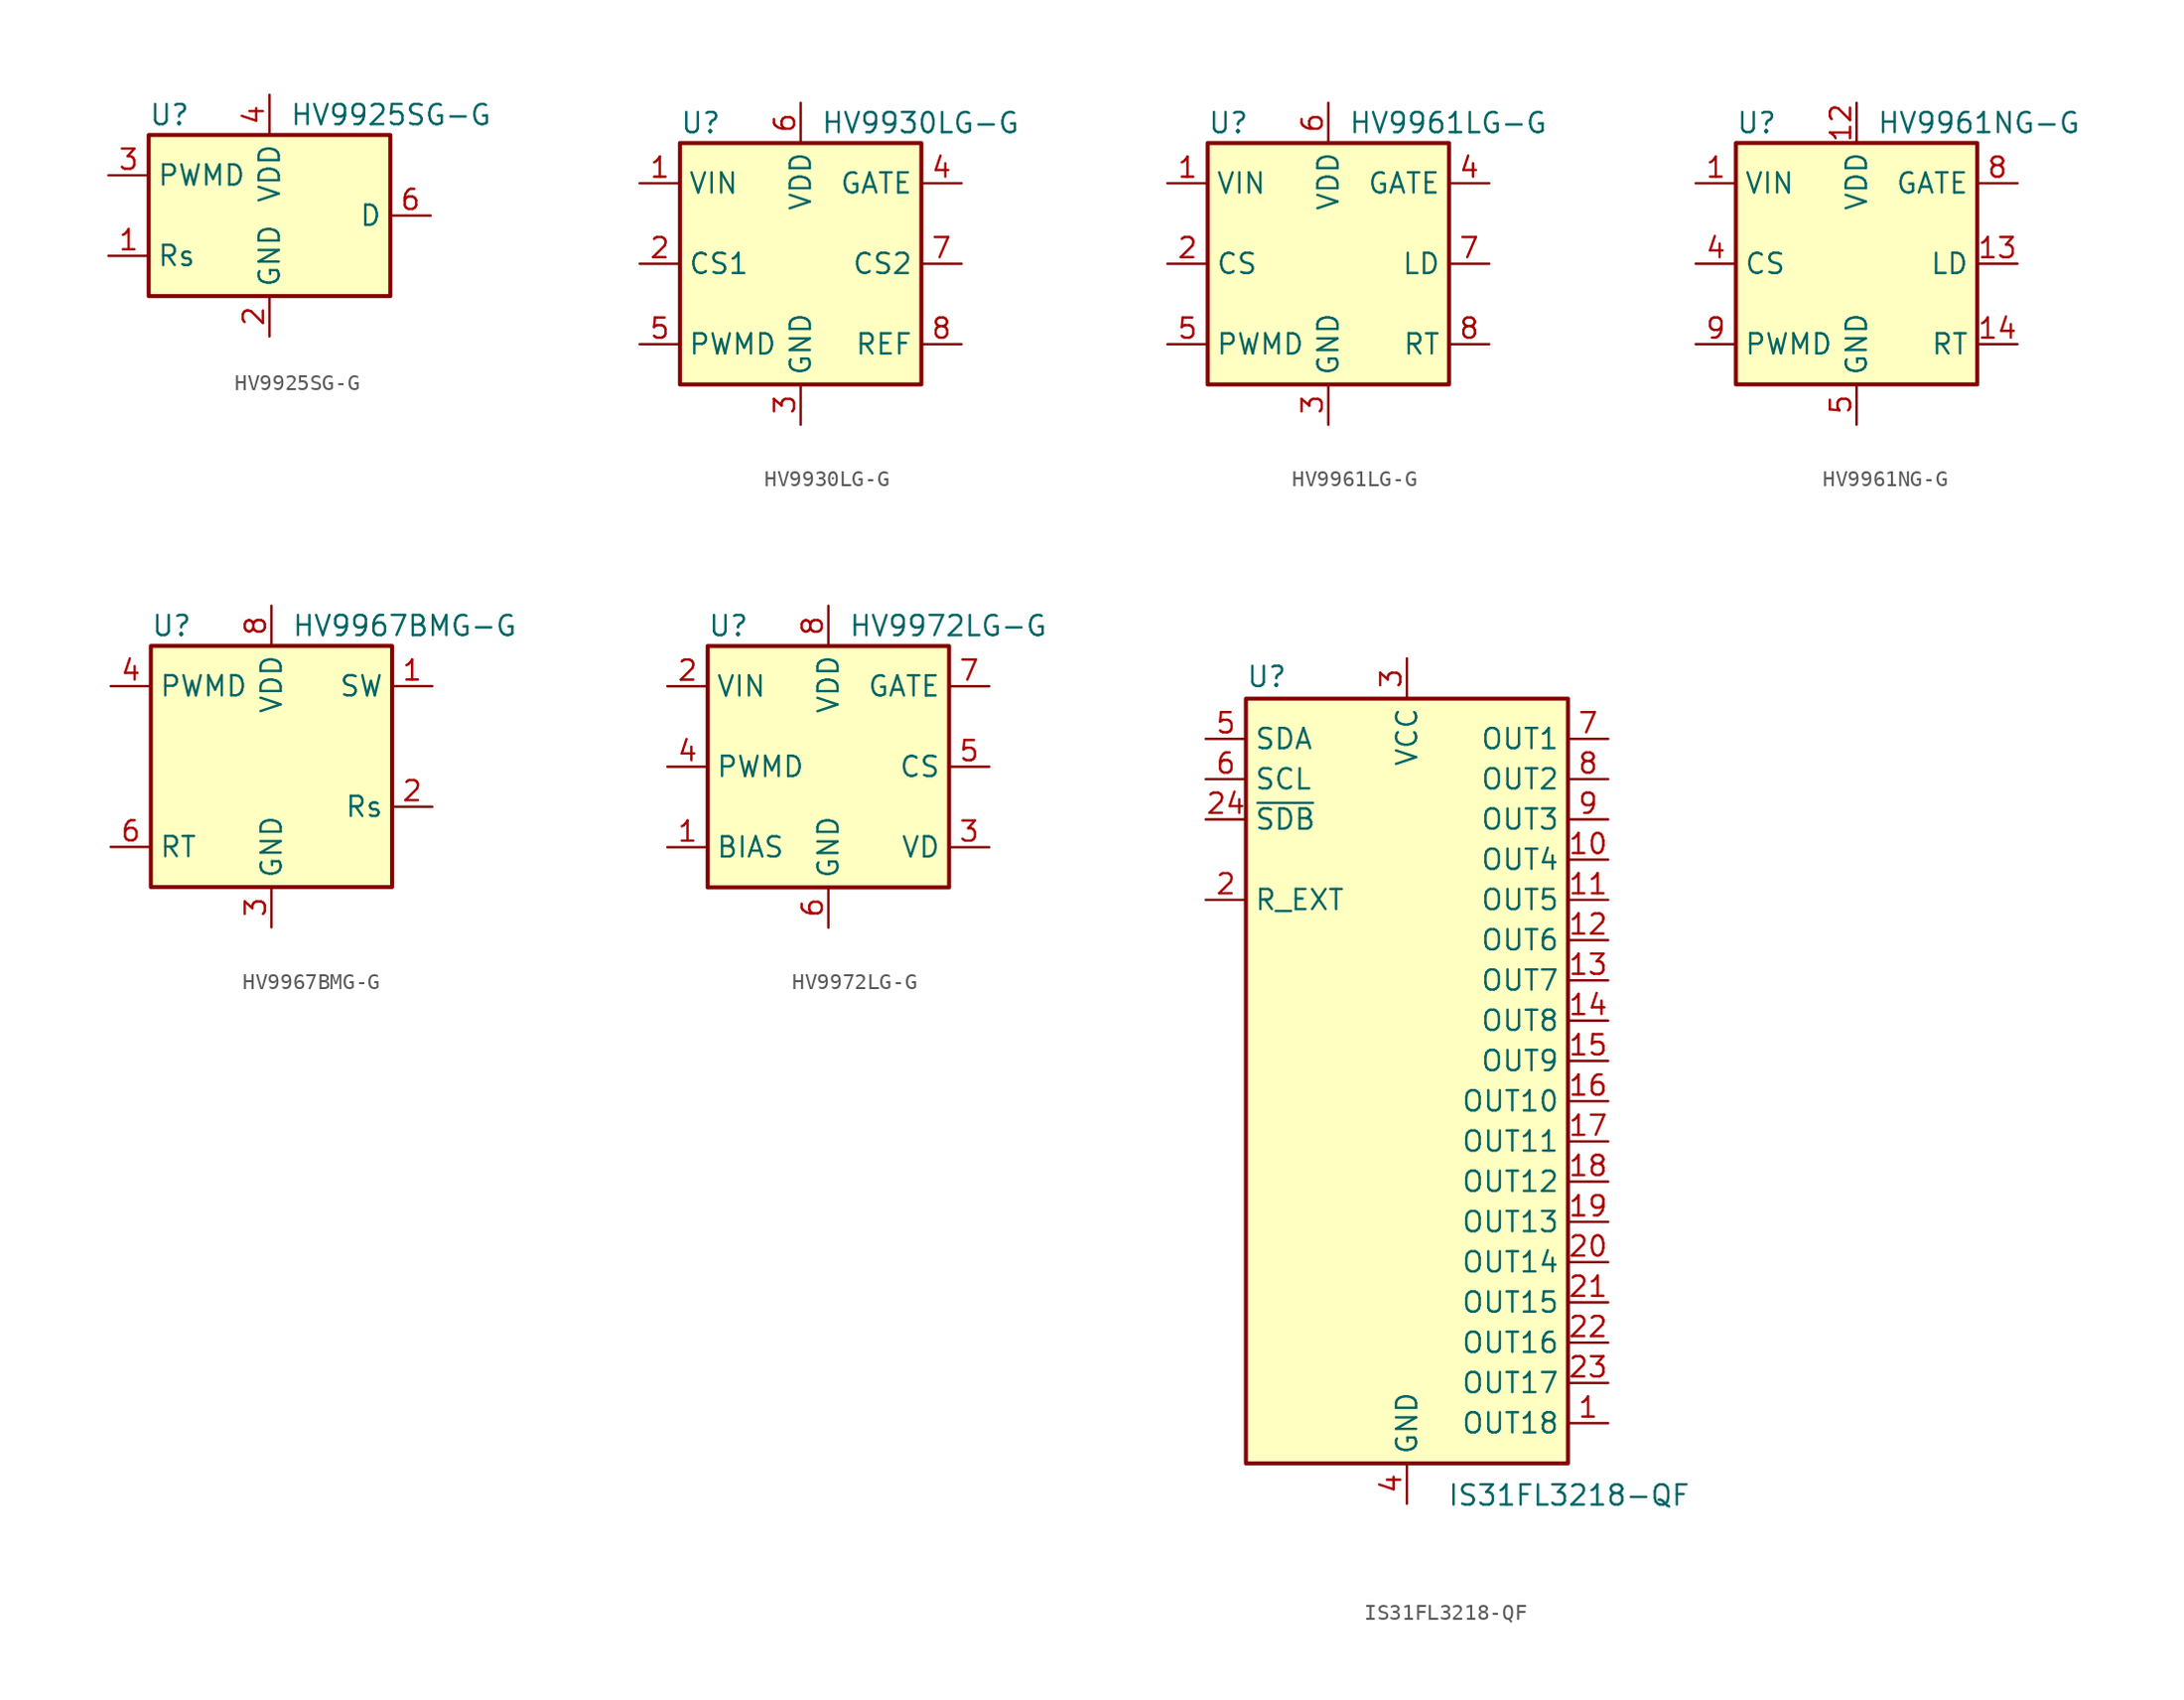
<source format=kicad_sym>
(kicad_symbol_lib
  (version 20211014)
  (generator kicad_symbol_editor)
  (symbol "HV9925SG-G"
    (property "Reference" "U"
      (at -7.62 6.35 0)
      (effects (font (size 1.27 1.27)) (justify left)))
    (property "Value" "HV9925SG-G"
      (at 1.27 6.35 0)
      (effects (font (size 1.27 1.27)) (justify left)))
    (symbol "HV9925SG-G_0_1"
      (rectangle (start -7.62 5.08) (end 7.62 -5.08) (stroke (width 0.254) (type default) (color 0 0 0 0)) (fill (type background))))
    (symbol "HV9925SG-G_1_1"
      (pin passive line (at -10.16 -2.54 0) (length 2.54) (name "Rs" (effects (font (size 1.27 1.27)))) (number "1" (effects (font (size 1.27 1.27)))))
      (pin power_in line (at 0 -7.62 90) (length 2.54) (name "GND" (effects (font (size 1.27 1.27)))) (number "2" (effects (font (size 1.27 1.27)))))
      (pin input line (at -10.16 2.54 0) (length 2.54) (name "PWMD" (effects (font (size 1.27 1.27)))) (number "3" (effects (font (size 1.27 1.27)))))
      (pin power_out line (at 0 7.62 270) (length 2.54) (name "VDD" (effects (font (size 1.27 1.27)))) (number "4" (effects (font (size 1.27 1.27)))))
      (pin no_connect line (at -7.62 0 0) (length 2.54) hide (name "NC" (effects (font (size 1.27 1.27)))) (number "5" (effects (font (size 1.27 1.27)))))
      (pin input line (at 10.16 0 180) (length 2.54) (name "D" (effects (font (size 1.27 1.27)))) (number "6" (effects (font (size 1.27 1.27)))))
      (pin input line (at 10.16 0 180) (length 2.54) hide (name "D" (effects (font (size 1.27 1.27)))) (number "7" (effects (font (size 1.27 1.27)))))
      (pin input line (at 10.16 0 180) (length 2.54) hide (name "D" (effects (font (size 1.27 1.27)))) (number "8" (effects (font (size 1.27 1.27)))))))
  (symbol "HV9930LG-G"
    (property "Reference" "U"
      (at -7.62 8.89 0)
      (effects (font (size 1.27 1.27)) (justify left)))
    (property "Value" "HV9930LG-G"
      (at 1.27 8.89 0)
      (effects (font (size 1.27 1.27)) (justify left)))
    (symbol "HV9930LG-G_0_1"
      (rectangle (start -7.62 7.62) (end 7.62 -7.62) (stroke (width 0.254) (type default) (color 0 0 0 0)) (fill (type background))))
    (symbol "HV9930LG-G_1_1"
      (pin power_in line (at -10.16 5.08 0) (length 2.54) (name "VIN" (effects (font (size 1.27 1.27)))) (number "1" (effects (font (size 1.27 1.27)))))
      (pin input line (at -10.16 0 0) (length 2.54) (name "CS1" (effects (font (size 1.27 1.27)))) (number "2" (effects (font (size 1.27 1.27)))))
      (pin power_in line (at 0 -10.16 90) (length 2.54) (name "GND" (effects (font (size 1.27 1.27)))) (number "3" (effects (font (size 1.27 1.27)))))
      (pin output line (at 10.16 5.08 180) (length 2.54) (name "GATE" (effects (font (size 1.27 1.27)))) (number "4" (effects (font (size 1.27 1.27)))))
      (pin output line (at -10.16 -5.08 0) (length 2.54) (name "PWMD" (effects (font (size 1.27 1.27)))) (number "5" (effects (font (size 1.27 1.27)))))
      (pin power_out line (at 0 10.16 270) (length 2.54) (name "VDD" (effects (font (size 1.27 1.27)))) (number "6" (effects (font (size 1.27 1.27)))))
      (pin input line (at 10.16 0 180) (length 2.54) (name "CS2" (effects (font (size 1.27 1.27)))) (number "7" (effects (font (size 1.27 1.27)))))
      (pin input line (at 10.16 -5.08 180) (length 2.54) (name "REF" (effects (font (size 1.27 1.27)))) (number "8" (effects (font (size 1.27 1.27)))))))
  (symbol "HV9961LG-G"
    (property "Reference" "U"
      (at -7.62 8.89 0)
      (effects (font (size 1.27 1.27)) (justify left)))
    (property "Value" "HV9961LG-G"
      (at 1.27 8.89 0)
      (effects (font (size 1.27 1.27)) (justify left)))
    (symbol "HV9961LG-G_0_1"
      (rectangle (start -7.62 7.62) (end 7.62 -7.62) (stroke (width 0.254) (type default) (color 0 0 0 0)) (fill (type background))))
    (symbol "HV9961LG-G_1_1"
      (pin power_in line (at -10.16 5.08 0) (length 2.54) (name "VIN" (effects (font (size 1.27 1.27)))) (number "1" (effects (font (size 1.27 1.27)))))
      (pin input line (at -10.16 0 0) (length 2.54) (name "CS" (effects (font (size 1.27 1.27)))) (number "2" (effects (font (size 1.27 1.27)))))
      (pin power_in line (at 0 -10.16 90) (length 2.54) (name "GND" (effects (font (size 1.27 1.27)))) (number "3" (effects (font (size 1.27 1.27)))))
      (pin output line (at 10.16 5.08 180) (length 2.54) (name "GATE" (effects (font (size 1.27 1.27)))) (number "4" (effects (font (size 1.27 1.27)))))
      (pin output line (at -10.16 -5.08 0) (length 2.54) (name "PWMD" (effects (font (size 1.27 1.27)))) (number "5" (effects (font (size 1.27 1.27)))))
      (pin power_out line (at 0 10.16 270) (length 2.54) (name "VDD" (effects (font (size 1.27 1.27)))) (number "6" (effects (font (size 1.27 1.27)))))
      (pin input line (at 10.16 0 180) (length 2.54) (name "LD" (effects (font (size 1.27 1.27)))) (number "7" (effects (font (size 1.27 1.27)))))
      (pin input line (at 10.16 -5.08 180) (length 2.54) (name "RT" (effects (font (size 1.27 1.27)))) (number "8" (effects (font (size 1.27 1.27)))))))
  (symbol "HV9961NG-G"
    (property "Reference" "U"
      (at -7.62 8.89 0)
      (effects (font (size 1.27 1.27)) (justify left)))
    (property "Value" "HV9961NG-G"
      (at 1.27 8.89 0)
      (effects (font (size 1.27 1.27)) (justify left)))
    (symbol "HV9961NG-G_0_1"
      (rectangle (start -7.62 7.62) (end 7.62 -7.62) (stroke (width 0.254) (type default) (color 0 0 0 0)) (fill (type background))))
    (symbol "HV9961NG-G_1_1"
      (pin power_in line (at -10.16 5.08 0) (length 2.54) (name "VIN" (effects (font (size 1.27 1.27)))) (number "1" (effects (font (size 1.27 1.27)))))
      (pin no_connect line (at 7.62 -2.54 180) (length 2.54) hide (name "NC" (effects (font (size 1.27 1.27)))) (number "10" (effects (font (size 1.27 1.27)))))
      (pin no_connect line (at 7.62 0 180) (length 2.54) hide (name "NC" (effects (font (size 1.27 1.27)))) (number "11" (effects (font (size 1.27 1.27)))))
      (pin power_out line (at 0 10.16 270) (length 2.54) (name "VDD" (effects (font (size 1.27 1.27)))) (number "12" (effects (font (size 1.27 1.27)))))
      (pin input line (at 10.16 0 180) (length 2.54) (name "LD" (effects (font (size 1.27 1.27)))) (number "13" (effects (font (size 1.27 1.27)))))
      (pin input line (at 10.16 -5.08 180) (length 2.54) (name "RT" (effects (font (size 1.27 1.27)))) (number "14" (effects (font (size 1.27 1.27)))))
      (pin no_connect line (at 7.62 2.54 180) (length 2.54) hide (name "NC" (effects (font (size 1.27 1.27)))) (number "15" (effects (font (size 1.27 1.27)))))
      (pin no_connect line (at 7.62 5.08 180) (length 2.54) hide (name "NC" (effects (font (size 1.27 1.27)))) (number "16" (effects (font (size 1.27 1.27)))))
      (pin no_connect line (at -7.62 5.08 0) (length 2.54) hide (name "NC" (effects (font (size 1.27 1.27)))) (number "2" (effects (font (size 1.27 1.27)))))
      (pin no_connect line (at -7.62 2.54 0) (length 2.54) hide (name "NC" (effects (font (size 1.27 1.27)))) (number "3" (effects (font (size 1.27 1.27)))))
      (pin input line (at -10.16 0 0) (length 2.54) (name "CS" (effects (font (size 1.27 1.27)))) (number "4" (effects (font (size 1.27 1.27)))))
      (pin power_in line (at 0 -10.16 90) (length 2.54) (name "GND" (effects (font (size 1.27 1.27)))) (number "5" (effects (font (size 1.27 1.27)))))
      (pin no_connect line (at -7.62 0 0) (length 2.54) hide (name "NC" (effects (font (size 1.27 1.27)))) (number "6" (effects (font (size 1.27 1.27)))))
      (pin no_connect line (at -7.62 -2.54 0) (length 2.54) hide (name "NC" (effects (font (size 1.27 1.27)))) (number "7" (effects (font (size 1.27 1.27)))))
      (pin output line (at 10.16 5.08 180) (length 2.54) (name "GATE" (effects (font (size 1.27 1.27)))) (number "8" (effects (font (size 1.27 1.27)))))
      (pin output line (at -10.16 -5.08 0) (length 2.54) (name "PWMD" (effects (font (size 1.27 1.27)))) (number "9" (effects (font (size 1.27 1.27)))))))
  (symbol "HV9967BMG-G"
    (property "Reference" "U"
      (at -7.62 8.89 0)
      (effects (font (size 1.27 1.27)) (justify left)))
    (property "Value" "HV9967BMG-G"
      (at 1.27 8.89 0)
      (effects (font (size 1.27 1.27)) (justify left)))
    (symbol "HV9967BMG-G_0_1"
      (rectangle (start -7.62 7.62) (end 7.62 -7.62) (stroke (width 0.254) (type default) (color 0 0 0 0)) (fill (type background))))
    (symbol "HV9967BMG-G_1_1"
      (pin output line (at 10.16 5.08 180) (length 2.54) (name "SW" (effects (font (size 1.27 1.27)))) (number "1" (effects (font (size 1.27 1.27)))))
      (pin input line (at 10.16 -2.54 180) (length 2.54) (name "Rs" (effects (font (size 1.27 1.27)))) (number "2" (effects (font (size 1.27 1.27)))))
      (pin power_in line (at 0 -10.16 90) (length 2.54) (name "GND" (effects (font (size 1.27 1.27)))) (number "3" (effects (font (size 1.27 1.27)))))
      (pin output line (at -10.16 5.08 0) (length 2.54) (name "PWMD" (effects (font (size 1.27 1.27)))) (number "4" (effects (font (size 1.27 1.27)))))
      (pin input line (at -10.16 -5.08 0) (length 2.54) (name "RT" (effects (font (size 1.27 1.27)))) (number "6" (effects (font (size 1.27 1.27)))))
      (pin passive line (at 0 -10.16 90) (length 2.54) hide (name "GND" (effects (font (size 1.27 1.27)))) (number "7" (effects (font (size 1.27 1.27)))))
      (pin power_out line (at 0 10.16 270) (length 2.54) (name "VDD" (effects (font (size 1.27 1.27)))) (number "8" (effects (font (size 1.27 1.27)))))))
  (symbol "HV9972LG-G"
    (property "Reference" "U"
      (at -7.62 8.89 0)
      (effects (font (size 1.27 1.27)) (justify left)))
    (property "Value" "HV9972LG-G"
      (at 1.27 8.89 0)
      (effects (font (size 1.27 1.27)) (justify left)))
    (symbol "HV9972LG-G_0_1"
      (rectangle (start -7.62 7.62) (end 7.62 -7.62) (stroke (width 0.254) (type default) (color 0 0 0 0)) (fill (type background))))
    (symbol "HV9972LG-G_1_1"
      (pin passive line (at -10.16 -5.08 0) (length 2.54) (name "BIAS" (effects (font (size 1.27 1.27)))) (number "1" (effects (font (size 1.27 1.27)))))
      (pin input line (at -10.16 5.08 0) (length 2.54) (name "VIN" (effects (font (size 1.27 1.27)))) (number "2" (effects (font (size 1.27 1.27)))))
      (pin input line (at 10.16 -5.08 180) (length 2.54) (name "VD" (effects (font (size 1.27 1.27)))) (number "3" (effects (font (size 1.27 1.27)))))
      (pin output line (at -10.16 0 0) (length 2.54) (name "PWMD" (effects (font (size 1.27 1.27)))) (number "4" (effects (font (size 1.27 1.27)))))
      (pin input line (at 10.16 0 180) (length 2.54) (name "CS" (effects (font (size 1.27 1.27)))) (number "5" (effects (font (size 1.27 1.27)))))
      (pin power_in line (at 0 -10.16 90) (length 2.54) (name "GND" (effects (font (size 1.27 1.27)))) (number "6" (effects (font (size 1.27 1.27)))))
      (pin output line (at 10.16 5.08 180) (length 2.54) (name "GATE" (effects (font (size 1.27 1.27)))) (number "7" (effects (font (size 1.27 1.27)))))
      (pin power_out line (at 0 10.16 270) (length 2.54) (name "VDD" (effects (font (size 1.27 1.27)))) (number "8" (effects (font (size 1.27 1.27)))))))
  (symbol "IS31FL3218-QF"
    (property "Reference" "U"
      (at -10.16 26.035 0)
      (effects (font (size 1.27 1.27)) (justify left bottom)))
    (property "Value" "IS31FL3218-QF"
      (at 2.54 -24.13 0)
      (effects (font (size 1.27 1.27)) (justify left top)))
    (symbol "IS31FL3218-QF_0_1"
      (rectangle (start -10.16 25.4) (end 10.16 -22.86) (stroke (width 0.254) (type default) (color 0 0 0 0)) (fill (type background))))
    (symbol "IS31FL3218-QF_1_1"
      (pin open_collector line (at 12.7 -20.32 180) (length 2.54) (name "OUT18" (effects (font (size 1.27 1.27)))) (number "1" (effects (font (size 1.27 1.27)))))
      (pin open_collector line (at 12.7 15.24 180) (length 2.54) (name "OUT4" (effects (font (size 1.27 1.27)))) (number "10" (effects (font (size 1.27 1.27)))))
      (pin open_collector line (at 12.7 12.7 180) (length 2.54) (name "OUT5" (effects (font (size 1.27 1.27)))) (number "11" (effects (font (size 1.27 1.27)))))
      (pin open_collector line (at 12.7 10.16 180) (length 2.54) (name "OUT6" (effects (font (size 1.27 1.27)))) (number "12" (effects (font (size 1.27 1.27)))))
      (pin open_collector line (at 12.7 7.62 180) (length 2.54) (name "OUT7" (effects (font (size 1.27 1.27)))) (number "13" (effects (font (size 1.27 1.27)))))
      (pin open_collector line (at 12.7 5.08 180) (length 2.54) (name "OUT8" (effects (font (size 1.27 1.27)))) (number "14" (effects (font (size 1.27 1.27)))))
      (pin open_collector line (at 12.7 2.54 180) (length 2.54) (name "OUT9" (effects (font (size 1.27 1.27)))) (number "15" (effects (font (size 1.27 1.27)))))
      (pin open_collector line (at 12.7 0 180) (length 2.54) (name "OUT10" (effects (font (size 1.27 1.27)))) (number "16" (effects (font (size 1.27 1.27)))))
      (pin open_collector line (at 12.7 -2.54 180) (length 2.54) (name "OUT11" (effects (font (size 1.27 1.27)))) (number "17" (effects (font (size 1.27 1.27)))))
      (pin open_collector line (at 12.7 -5.08 180) (length 2.54) (name "OUT12" (effects (font (size 1.27 1.27)))) (number "18" (effects (font (size 1.27 1.27)))))
      (pin open_collector line (at 12.7 -7.62 180) (length 2.54) (name "OUT13" (effects (font (size 1.27 1.27)))) (number "19" (effects (font (size 1.27 1.27)))))
      (pin passive line (at -12.7 12.7 0) (length 2.54) (name "R_EXT" (effects (font (size 1.27 1.27)))) (number "2" (effects (font (size 1.27 1.27)))))
      (pin open_collector line (at 12.7 -10.16 180) (length 2.54) (name "OUT14" (effects (font (size 1.27 1.27)))) (number "20" (effects (font (size 1.27 1.27)))))
      (pin open_collector line (at 12.7 -12.7 180) (length 2.54) (name "OUT15" (effects (font (size 1.27 1.27)))) (number "21" (effects (font (size 1.27 1.27)))))
      (pin open_collector line (at 12.7 -15.24 180) (length 2.54) (name "OUT16" (effects (font (size 1.27 1.27)))) (number "22" (effects (font (size 1.27 1.27)))))
      (pin open_collector line (at 12.7 -17.78 180) (length 2.54) (name "OUT17" (effects (font (size 1.27 1.27)))) (number "23" (effects (font (size 1.27 1.27)))))
      (pin input line (at -12.7 17.78 0) (length 2.54) (name "~{SDB}" (effects (font (size 1.27 1.27)))) (number "24" (effects (font (size 1.27 1.27)))))
      (pin passive line (at 0 -25.4 90) (length 2.54) hide (name "GND" (effects (font (size 1.27 1.27)))) (number "25" (effects (font (size 1.27 1.27)))))
      (pin power_in line (at 0 27.94 270) (length 2.54) (name "VCC" (effects (font (size 1.27 1.27)))) (number "3" (effects (font (size 1.27 1.27)))))
      (pin power_in line (at 0 -25.4 90) (length 2.54) (name "GND" (effects (font (size 1.27 1.27)))) (number "4" (effects (font (size 1.27 1.27)))))
      (pin bidirectional line (at -12.7 22.86 0) (length 2.54) (name "SDA" (effects (font (size 1.27 1.27)))) (number "5" (effects (font (size 1.27 1.27)))))
      (pin input line (at -12.7 20.32 0) (length 2.54) (name "SCL" (effects (font (size 1.27 1.27)))) (number "6" (effects (font (size 1.27 1.27)))))
      (pin open_collector line (at 12.7 22.86 180) (length 2.54) (name "OUT1" (effects (font (size 1.27 1.27)))) (number "7" (effects (font (size 1.27 1.27)))))
      (pin open_collector line (at 12.7 20.32 180) (length 2.54) (name "OUT2" (effects (font (size 1.27 1.27)))) (number "8" (effects (font (size 1.27 1.27)))))
      (pin open_collector line (at 12.7 17.78 180) (length 2.54) (name "OUT3" (effects (font (size 1.27 1.27)))) (number "9" (effects (font (size 1.27 1.27))))))))
</source>
